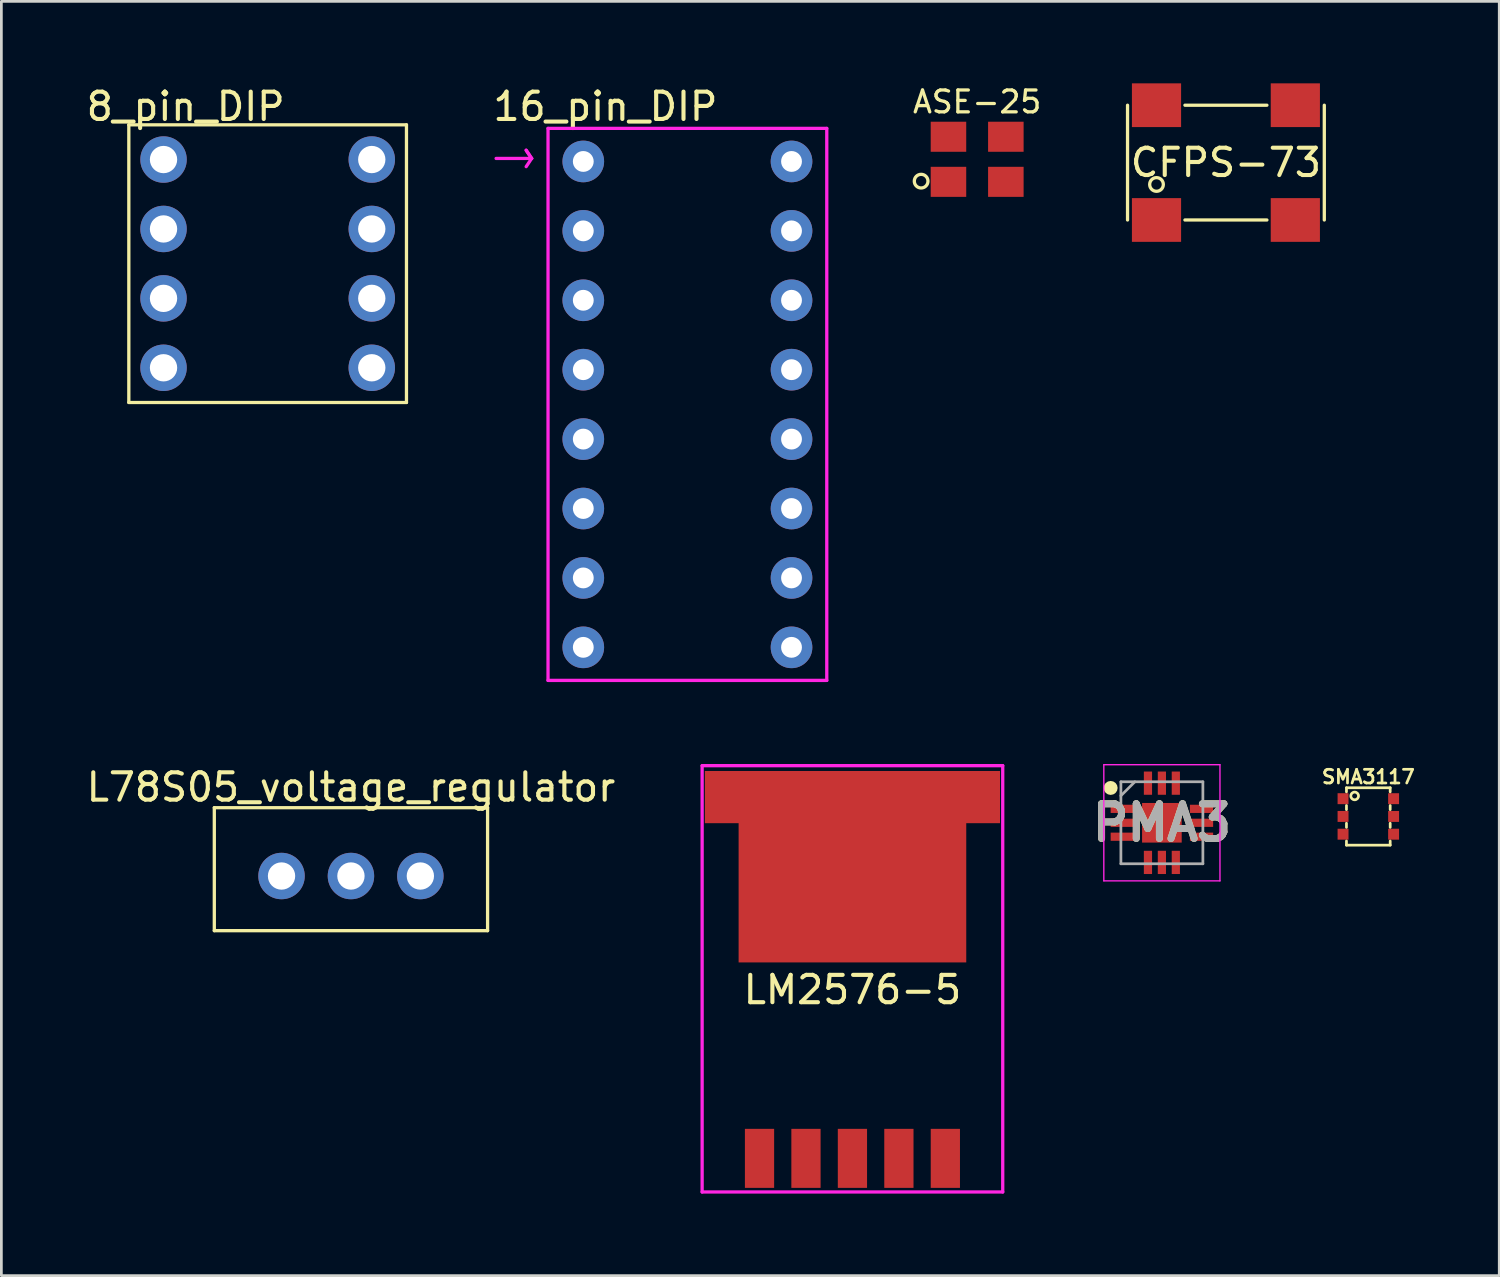
<source format=kicad_pcb>
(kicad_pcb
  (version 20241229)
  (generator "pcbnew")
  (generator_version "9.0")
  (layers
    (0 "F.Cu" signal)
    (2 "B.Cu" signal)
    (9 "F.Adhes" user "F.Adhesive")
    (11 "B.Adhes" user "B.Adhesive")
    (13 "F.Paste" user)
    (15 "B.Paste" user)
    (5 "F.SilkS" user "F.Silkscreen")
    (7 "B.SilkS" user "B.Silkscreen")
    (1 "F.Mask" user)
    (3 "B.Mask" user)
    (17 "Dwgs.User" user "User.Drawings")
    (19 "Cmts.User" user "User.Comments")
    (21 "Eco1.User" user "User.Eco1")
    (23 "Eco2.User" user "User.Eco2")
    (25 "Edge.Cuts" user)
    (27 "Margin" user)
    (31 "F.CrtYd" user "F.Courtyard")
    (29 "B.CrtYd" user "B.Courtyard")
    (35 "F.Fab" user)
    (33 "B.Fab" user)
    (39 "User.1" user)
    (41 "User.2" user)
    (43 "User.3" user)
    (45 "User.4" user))
  (footprint "SMA3117"
    (layer "F.Cu")
    (at 47.021 26.826)
    (property "Reference" "SMA3117" (at 0 -1.45 0) (layer "F.SilkS") (effects (font (size 0.5 0.5) (thickness 0.1))))
    (attr through_hole)
    (fp_line (start -0.8 -1.05) (end 0.8 -1.05) (stroke (width 0.1) (type solid)) (layer "F.SilkS"))
    (fp_line (start -0.8 -0.9) (end -0.8 -1.05) (stroke (width 0.1) (type solid)) (layer "F.SilkS"))
    (fp_line (start -0.8 -0.25) (end -0.8 -0.4) (stroke (width 0.1) (type solid)) (layer "F.SilkS"))
    (fp_line (start -0.8 0.4) (end -0.8 0.25) (stroke (width 0.1) (type solid)) (layer "F.SilkS"))
    (fp_line (start -0.8 1.05) (end -0.8 0.9) (stroke (width 0.1) (type solid)) (layer "F.SilkS"))
    (fp_line (start -0.8 1.05) (end 0.8 1.05) (stroke (width 0.1) (type solid)) (layer "F.SilkS"))
    (fp_line (start 0.8 -0.9) (end 0.8 -1.05) (stroke (width 0.1) (type solid)) (layer "F.SilkS"))
    (fp_line (start 0.8 -0.25) (end 0.8 -0.4) (stroke (width 0.1) (type solid)) (layer "F.SilkS"))
    (fp_line (start 0.8 0.4) (end 0.8 0.25) (stroke (width 0.1) (type solid)) (layer "F.SilkS"))
    (fp_line (start 0.8 1.05) (end 0.8 0.9) (stroke (width 0.1) (type solid)) (layer "F.SilkS"))
    (fp_circle (center -0.5 -0.75) (end -0.359 -0.75) (stroke (width 0.1) (type solid)) (fill no) (layer "F.SilkS"))
    (pad "1" smd rect (at -0.925 -0.65) (size 0.4 0.4) (layers "F.Cu" "F.Mask" "F.Paste"))
    (pad "2" smd rect (at -0.925 0) (size 0.4 0.4) (layers "F.Cu" "F.Mask" "F.Paste"))
    (pad "3" smd rect (at -0.925 0.65) (size 0.4 0.4) (layers "F.Cu" "F.Mask" "F.Paste"))
    (pad "4" smd rect (at 0.925 0.65) (size 0.4 0.4) (layers "F.Cu" "F.Mask" "F.Paste"))
    (pad "5" smd rect (at 0.925 0) (size 0.4 0.4) (layers "F.Cu" "F.Mask" "F.Paste"))
    (pad "6" smd rect (at 0.925 -0.65) (size 0.4 0.4) (layers "F.Cu" "F.Mask" "F.Paste")))
  (footprint "8_pin_DIP"
    (layer "F.Cu")
    (at 6.744 6.598)
    (property "Reference" "8_pin_DIP" (at -3 -5.75 0) (layer "F.SilkS") (effects (font (size 1 1) (thickness 0.15))))
    (attr through_hole)
    (fp_line (start -5.08 -5.08) (end 5.08 -5.08) (stroke (width 0.12) (type solid)) (layer "F.SilkS"))
    (fp_line (start -5.08 5.08) (end -5.08 -5.08) (stroke (width 0.12) (type solid)) (layer "F.SilkS"))
    (fp_line (start -5.08 5.08) (end 5.08 5.08) (stroke (width 0.12) (type solid)) (layer "F.SilkS"))
    (fp_line (start 5.08 -5.08) (end 5.08 5.08) (stroke (width 0.12) (type solid)) (layer "F.SilkS"))
    (pad "1" thru_hole circle (at -3.81 -3.81) (size 1.7 1.7) (drill 1) (layers "*.Cu" "*.Mask"))
    (pad "2" thru_hole circle (at -3.81 -1.27) (size 1.7 1.7) (drill 1) (layers "*.Cu" "*.Mask"))
    (pad "3" thru_hole circle (at -3.81 1.27) (size 1.7 1.7) (drill 1) (layers "*.Cu" "*.Mask"))
    (pad "4" thru_hole circle (at -3.81 3.81) (size 1.7 1.7) (drill 1) (layers "*.Cu" "*.Mask"))
    (pad "5" thru_hole circle (at 3.81 3.81) (size 1.7 1.7) (drill 1) (layers "*.Cu" "*.Mask"))
    (pad "6" thru_hole circle (at 3.81 1.27) (size 1.7 1.7) (drill 1) (layers "*.Cu" "*.Mask"))
    (pad "7" thru_hole circle (at 3.81 -1.27) (size 1.7 1.7) (drill 1) (layers "*.Cu" "*.Mask"))
    (pad "8" thru_hole circle (at 3.81 -3.81) (size 1.7 1.7) (drill 1) (layers "*.Cu" "*.Mask")))
  (footprint "PMA3"
    (layer "F.Cu")
    (at 39.467 27.058)
    (property "Reference" "PMA3" (at 0 0 0) (layer "F.SilkS") (effects (font (size 1.27 1.27) (thickness 0.254))))
    (attr smd)
    (fp_circle (center -1.875 -1.275) (end -1.875 -1.147) (stroke (width 0.255) (type solid)) (fill no) (layer "F.SilkS"))
    (fp_line (start -2.125 -2.125) (end 2.125 -2.125) (stroke (width 0.05) (type solid)) (layer "F.CrtYd"))
    (fp_line (start -2.125 2.125) (end -2.125 -2.125) (stroke (width 0.05) (type solid)) (layer "F.CrtYd"))
    (fp_line (start 2.125 -2.125) (end 2.125 2.125) (stroke (width 0.05) (type solid)) (layer "F.CrtYd"))
    (fp_line (start 2.125 2.125) (end -2.125 2.125) (stroke (width 0.05) (type solid)) (layer "F.CrtYd"))
    (fp_line (start -1.5 -1.5) (end 1.5 -1.5) (stroke (width 0.1) (type solid)) (layer "F.Fab"))
    (fp_line (start -1.5 -0.99) (end -0.99 -1.5) (stroke (width 0.1) (type solid)) (layer "F.Fab"))
    (fp_line (start -1.5 1.5) (end -1.5 -1.5) (stroke (width 0.1) (type solid)) (layer "F.Fab"))
    (fp_line (start 1.5 -1.5) (end 1.5 1.5) (stroke (width 0.1) (type solid)) (layer "F.Fab"))
    (fp_line (start 1.5 1.5) (end -1.5 1.5) (stroke (width 0.1) (type solid)) (layer "F.Fab"))
    (fp_text user "${REFERENCE}" (at 0 0 0) (layer "F.Fab") (effects (font (size 1.27 1.27) (thickness 0.254))))
    (pad "1" smd rect (at -1.45 -0.51 90) (size 0.3 0.85) (layers "F.Cu" "F.Mask" "F.Paste"))
    (pad "2" smd rect (at -1.45 0 90) (size 0.3 0.85) (layers "F.Cu" "F.Mask" "F.Paste"))
    (pad "3" smd rect (at -1.45 0.51 90) (size 0.3 0.85) (layers "F.Cu" "F.Mask" "F.Paste"))
    (pad "4" smd rect (at -0.51 1.45) (size 0.3 0.85) (layers "F.Cu" "F.Mask" "F.Paste"))
    (pad "5" smd rect (at 0 1.45) (size 0.3 0.85) (layers "F.Cu" "F.Mask" "F.Paste"))
    (pad "6" smd rect (at 0.51 1.45) (size 0.3 0.85) (layers "F.Cu" "F.Mask" "F.Paste"))
    (pad "7" smd rect (at 1.45 0.51 90) (size 0.3 0.85) (layers "F.Cu" "F.Mask" "F.Paste"))
    (pad "8" smd rect (at 1.45 0 90) (size 0.3 0.85) (layers "F.Cu" "F.Mask" "F.Paste"))
    (pad "9" smd rect (at 1.45 -0.51 90) (size 0.3 0.85) (layers "F.Cu" "F.Mask" "F.Paste"))
    (pad "10" smd rect (at 0.51 -1.45) (size 0.3 0.85) (layers "F.Cu" "F.Mask" "F.Paste"))
    (pad "11" smd rect (at 0 -1.45) (size 0.3 0.85) (layers "F.Cu" "F.Mask" "F.Paste"))
    (pad "12" smd rect (at -0.51 -1.45) (size 0.3 0.85) (layers "F.Cu" "F.Mask" "F.Paste"))
    (pad "13" smd rect (at 0 0) (size 1.45 1.45) (layers "F.Cu" "F.Mask" "F.Paste")))
  (footprint "CFPS-73"
    (layer "F.Cu")
    (at 41.81 2.9)
    (property "Reference" "CFPS-73" (at 0 0 0) (layer "F.SilkS") (effects (font (size 1 1) (thickness 0.15))))
    (attr through_hole)
    (fp_line (start -3.6 -2.1) (end -3.6 2.1) (stroke (width 0.12) (type solid)) (layer "F.SilkS"))
    (fp_line (start -1.5 -2.1) (end 1.5 -2.1) (stroke (width 0.12) (type solid)) (layer "F.SilkS"))
    (fp_line (start -1.5 2.1) (end 1.5 2.1) (stroke (width 0.12) (type solid)) (layer "F.SilkS"))
    (fp_line (start 3.6 -2.1) (end 3.6 2.1) (stroke (width 0.12) (type solid)) (layer "F.SilkS"))
    (fp_circle (center -2.54 0.8) (end -2.29 0.8) (stroke (width 0.12) (type solid)) (fill no) (layer "F.SilkS"))
    (pad "1" smd rect (at -2.54 2.1) (size 1.8 1.6) (layers "F.Cu" "F.Mask" "F.Paste"))
    (pad "2" smd rect (at 2.54 2.1) (size 1.8 1.6) (layers "F.Cu" "F.Mask" "F.Paste"))
    (pad "3" smd rect (at 2.54 -2.1) (size 1.8 1.6) (layers "F.Cu" "F.Mask" "F.Paste"))
    (pad "4" smd rect (at -2.54 -2.1) (size 1.8 1.6) (layers "F.Cu" "F.Mask" "F.Paste")))
  (footprint "16_pin_DIP"
    (layer "F.Cu")
    (at 22.104 11.748)
    (property "Reference" "16_pin_DIP" (at -3 -10.9 0) (layer "F.SilkS") (effects (font (size 1 1) (thickness 0.15))))
    (attr through_hole)
    (fp_line (start -7 -9) (end -5.7 -9) (stroke (width 0.12) (type solid)) (layer "F.CrtYd"))
    (fp_line (start -5.9 -9.3) (end -5.7 -9) (stroke (width 0.12) (type solid)) (layer "F.CrtYd"))
    (fp_line (start -5.7 -9) (end -5.9 -9.3) (stroke (width 0.12) (type solid)) (layer "F.CrtYd"))
    (fp_line (start -5.7 -9) (end -5.9 -8.7) (stroke (width 0.12) (type solid)) (layer "F.CrtYd"))
    (fp_line (start -5.1 -10.1) (end 5.1 -10.1) (stroke (width 0.12) (type solid)) (layer "F.CrtYd"))
    (fp_line (start -5.1 10.1) (end -5.1 -10.1) (stroke (width 0.12) (type solid)) (layer "F.CrtYd"))
    (fp_line (start -5.1 10.1) (end 5.1 10.1) (stroke (width 0.12) (type solid)) (layer "F.CrtYd"))
    (fp_line (start 5.1 -10.1) (end 5.1 10.1) (stroke (width 0.12) (type solid)) (layer "F.CrtYd"))
    (pad "1" thru_hole circle (at -3.81 -8.89) (size 1.524 1.524) (drill 0.762) (layers "*.Cu" "*.Mask"))
    (pad "2" thru_hole circle (at -3.81 -6.35) (size 1.524 1.524) (drill 0.762) (layers "*.Cu" "*.Mask"))
    (pad "3" thru_hole circle (at -3.81 -3.81) (size 1.524 1.524) (drill 0.762) (layers "*.Cu" "*.Mask"))
    (pad "4" thru_hole circle (at -3.81 -1.27) (size 1.524 1.524) (drill 0.762) (layers "*.Cu" "*.Mask"))
    (pad "5" thru_hole circle (at -3.81 1.27) (size 1.524 1.524) (drill 0.762) (layers "*.Cu" "*.Mask"))
    (pad "6" thru_hole circle (at -3.81 3.81) (size 1.524 1.524) (drill 0.762) (layers "*.Cu" "*.Mask"))
    (pad "7" thru_hole circle (at -3.81 6.35) (size 1.524 1.524) (drill 0.762) (layers "*.Cu" "*.Mask"))
    (pad "8" thru_hole circle (at -3.81 8.89) (size 1.524 1.524) (drill 0.762) (layers "*.Cu" "*.Mask"))
    (pad "9" thru_hole circle (at 3.81 8.89) (size 1.524 1.524) (drill 0.762) (layers "*.Cu" "*.Mask"))
    (pad "10" thru_hole circle (at 3.81 6.35) (size 1.524 1.524) (drill 0.762) (layers "*.Cu" "*.Mask"))
    (pad "11" thru_hole circle (at 3.81 3.81) (size 1.524 1.524) (drill 0.762) (layers "*.Cu" "*.Mask"))
    (pad "12" thru_hole circle (at 3.81 1.27) (size 1.524 1.524) (drill 0.762) (layers "*.Cu" "*.Mask"))
    (pad "13" thru_hole circle (at 3.81 -1.27) (size 1.524 1.524) (drill 0.762) (layers "*.Cu" "*.Mask"))
    (pad "14" thru_hole circle (at 3.81 -3.81) (size 1.524 1.524) (drill 0.762) (layers "*.Cu" "*.Mask"))
    (pad "15" thru_hole circle (at 3.81 -6.35) (size 1.524 1.524) (drill 0.762) (layers "*.Cu" "*.Mask"))
    (pad "16" thru_hole circle (at 3.81 -8.89) (size 1.524 1.524) (drill 0.762) (layers "*.Cu" "*.Mask")))
  (footprint "L78S05_voltage_regulator"
    (layer "F.Cu")
    (at 9.792 29.006)
    (property "Reference" "L78S05_voltage_regulator" (at 0 -3.25 0) (layer "F.SilkS") (effects (font (size 1 1) (thickness 0.15))))
    (attr through_hole)
    (fp_line (start -5 -2.5) (end 5 -2.5) (stroke (width 0.12) (type solid)) (layer "F.SilkS"))
    (fp_line (start -5 2) (end -5 -2.5) (stroke (width 0.12) (type solid)) (layer "F.SilkS"))
    (fp_line (start -5 2) (end 5 2) (stroke (width 0.12) (type solid)) (layer "F.SilkS"))
    (fp_line (start 5 -2.5) (end 5 2) (stroke (width 0.12) (type solid)) (layer "F.SilkS"))
    (pad "1" thru_hole circle (at -2.54 0) (size 1.7 1.7) (drill 1) (layers "*.Cu" "*.Mask"))
    (pad "2" thru_hole circle (at 0 0) (size 1.7 1.7) (drill 1) (layers "*.Cu" "*.Mask"))
    (pad "3" thru_hole circle (at 2.54 0) (size 1.7 1.7) (drill 1) (layers "*.Cu" "*.Mask")))
  (footprint "ASE-25"
    (layer "F.Cu")
    (at 32.707 2.779)
    (property "Reference" "ASE-25" (at 0 -2.1 0) (layer "F.SilkS") (effects (font (size 0.8 0.8) (thickness 0.12))))
    (attr through_hole)
    (fp_circle (center -2.05 0.8) (end -1.8 0.8) (stroke (width 0.12) (type solid)) (fill no) (layer "F.SilkS"))
    (pad "1" smd rect (at -1.05 0.825) (size 1.3 1.1) (layers "F.Cu" "F.Mask" "F.Paste"))
    (pad "2" smd rect (at 1.05 0.825) (size 1.3 1.1) (layers "F.Cu" "F.Mask" "F.Paste"))
    (pad "3" smd rect (at 1.05 -0.825) (size 1.3 1.1) (layers "F.Cu" "F.Mask" "F.Paste"))
    (pad "4" smd rect (at -1.05 -0.825) (size 1.3 1.1) (layers "F.Cu" "F.Mask" "F.Paste")))
  (footprint "LM2576-5"
    (layer "F.Cu")
    (at 28.143 32.168)
    (property "Reference" "LM2576-5" (at 0 1 0) (layer "F.SilkS") (effects (font (size 1 1) (thickness 0.15))))
    (attr through_hole)
    (fp_line (start -5.5 -7.2) (end -5.5 8.4) (stroke (width 0.12) (type solid)) (layer "F.CrtYd"))
    (fp_line (start -5.5 -7.2) (end 5.5 -7.2) (stroke (width 0.12) (type solid)) (layer "F.CrtYd"))
    (fp_line (start -5.5 8.4) (end 5.5 8.4) (stroke (width 0.12) (type solid)) (layer "F.CrtYd"))
    (fp_line (start 5.5 -7.2) (end 5.5 8.4) (stroke (width 0.12) (type solid)) (layer "F.CrtYd"))
    (pad "1" smd rect (at -3.4 7.17) (size 1.07 2.16) (layers "F.Cu" "F.Mask" "F.Paste"))
    (pad "2" smd rect (at -1.7 7.17) (size 1.07 2.16) (layers "F.Cu" "F.Mask" "F.Paste"))
    (pad "3" smd rect (at 0 7.17) (size 1.07 2.16) (layers "F.Cu" "F.Mask" "F.Paste"))
    (pad "4" smd rect (at 1.7 7.17) (size 1.07 2.16) (layers "F.Cu" "F.Mask" "F.Paste"))
    (pad "5" smd rect (at 3.4 7.17) (size 1.07 2.16) (layers "F.Cu" "F.Mask" "F.Paste"))
    (pad "GND" smd rect (at 0 -7) (size 10.8 1.91) (drill (offset 0 0.95)) (layers "F.Cu" "F.Mask" "F.Paste"))
    (pad "GND" smd rect (at 0 0) (size 8.33 7) (drill (offset 0 -3.5)) (layers "F.Cu" "F.Mask" "F.Paste")))
  (gr_rect
    (start -3 -3)
    (end 51.812 43.628)
    (stroke (width 0.1) (type default))
    (fill no)
    (layer "Edge.Cuts")))
</source>
